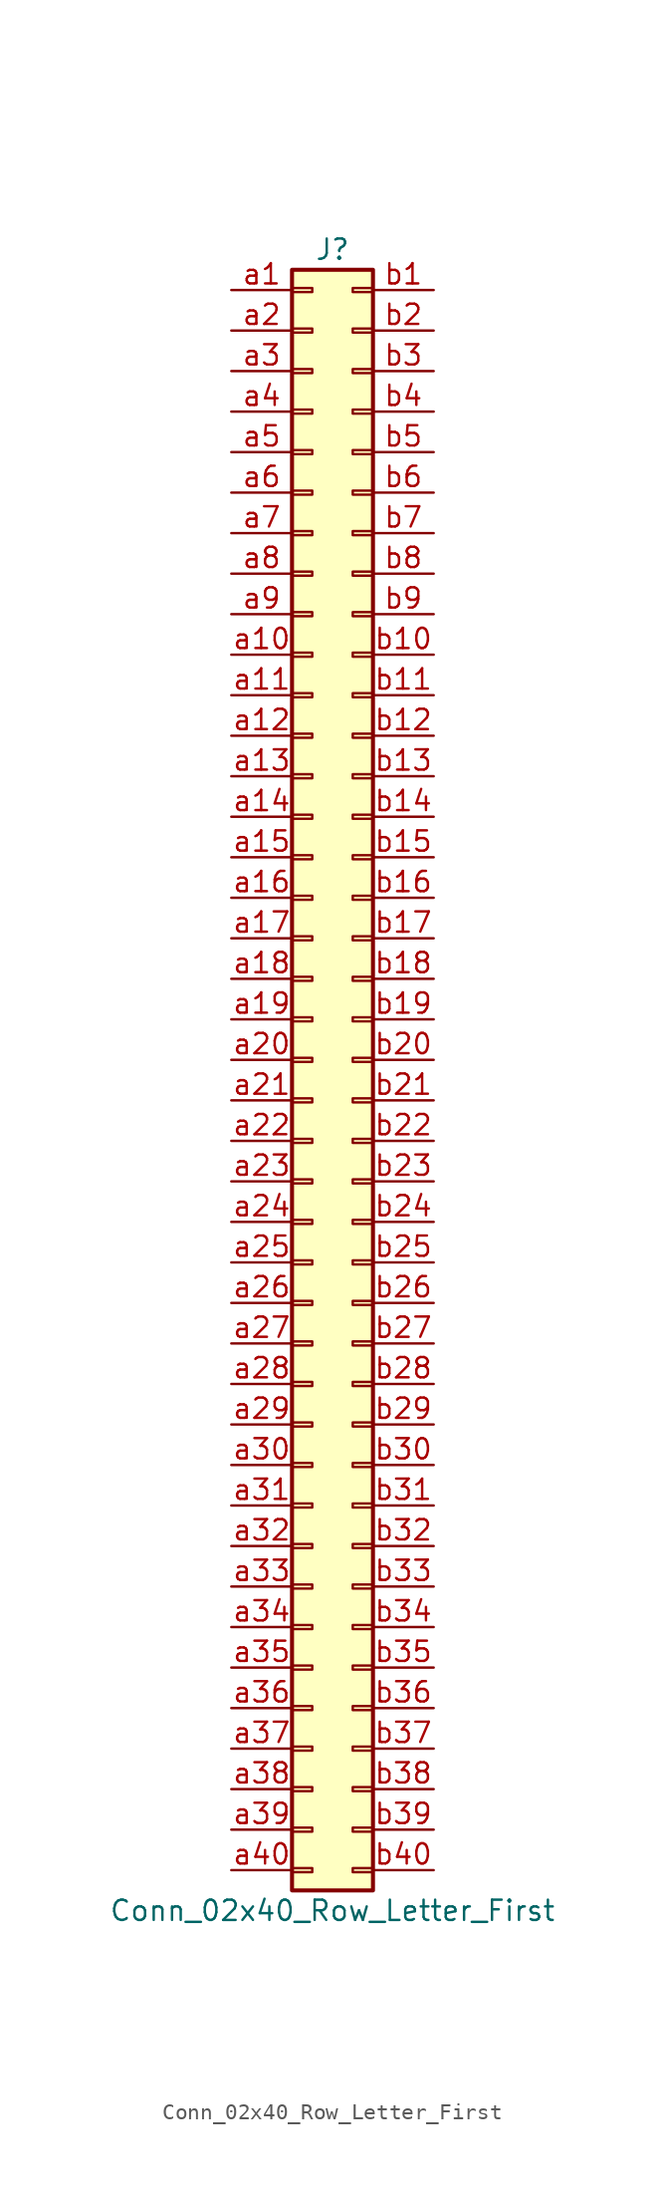
<source format=kicad_sym>
(kicad_symbol_lib
  (version 20220914)
  (generator kicad_symbol_editor)
  (symbol "Conn_02x40_Row_Letter_First"
    (pin_names
      (offset 1.016) hide)
    (property "Reference" "J"
      (at 1.27 50.8 0)
      (effects (font (size 1.27 1.27))))
    (property "Value" "Conn_02x40_Row_Letter_First"
      (at 1.27 -53.34 0)
      (effects (font (size 1.27 1.27))))
    (symbol "Conn_02x40_Row_Letter_First_1_1"
      (rectangle (start -1.27 -50.673) (end 0 -50.927) (stroke (width 0.152) (type solid)) (fill (type none)))
      (rectangle (start -1.27 -48.133) (end 0 -48.387) (stroke (width 0.152) (type solid)) (fill (type none)))
      (rectangle (start -1.27 -45.593) (end 0 -45.847) (stroke (width 0.152) (type solid)) (fill (type none)))
      (rectangle (start -1.27 -43.053) (end 0 -43.307) (stroke (width 0.152) (type solid)) (fill (type none)))
      (rectangle (start -1.27 -40.513) (end 0 -40.767) (stroke (width 0.152) (type solid)) (fill (type none)))
      (rectangle (start -1.27 -37.973) (end 0 -38.227) (stroke (width 0.152) (type solid)) (fill (type none)))
      (rectangle (start -1.27 -35.433) (end 0 -35.687) (stroke (width 0.152) (type solid)) (fill (type none)))
      (rectangle (start -1.27 -32.893) (end 0 -33.147) (stroke (width 0.152) (type solid)) (fill (type none)))
      (rectangle (start -1.27 -30.353) (end 0 -30.607) (stroke (width 0.152) (type solid)) (fill (type none)))
      (rectangle (start -1.27 -27.813) (end 0 -28.067) (stroke (width 0.152) (type solid)) (fill (type none)))
      (rectangle (start -1.27 -25.273) (end 0 -25.527) (stroke (width 0.152) (type solid)) (fill (type none)))
      (rectangle (start -1.27 -22.733) (end 0 -22.987) (stroke (width 0.152) (type solid)) (fill (type none)))
      (rectangle (start -1.27 -20.193) (end 0 -20.447) (stroke (width 0.152) (type solid)) (fill (type none)))
      (rectangle (start -1.27 -17.653) (end 0 -17.907) (stroke (width 0.152) (type solid)) (fill (type none)))
      (rectangle (start -1.27 -15.113) (end 0 -15.367) (stroke (width 0.152) (type solid)) (fill (type none)))
      (rectangle (start -1.27 -12.573) (end 0 -12.827) (stroke (width 0.152) (type solid)) (fill (type none)))
      (rectangle (start -1.27 -10.033) (end 0 -10.287) (stroke (width 0.152) (type solid)) (fill (type none)))
      (rectangle (start -1.27 -7.493) (end 0 -7.747) (stroke (width 0.152) (type solid)) (fill (type none)))
      (rectangle (start -1.27 -4.953) (end 0 -5.207) (stroke (width 0.152) (type solid)) (fill (type none)))
      (rectangle (start -1.27 -2.413) (end 0 -2.667) (stroke (width 0.152) (type solid)) (fill (type none)))
      (rectangle (start -1.27 0.127) (end 0 -0.127) (stroke (width 0.152) (type solid)) (fill (type none)))
      (rectangle (start -1.27 2.667) (end 0 2.413) (stroke (width 0.152) (type solid)) (fill (type none)))
      (rectangle (start -1.27 5.207) (end 0 4.953) (stroke (width 0.152) (type solid)) (fill (type none)))
      (rectangle (start -1.27 7.747) (end 0 7.493) (stroke (width 0.152) (type solid)) (fill (type none)))
      (rectangle (start -1.27 10.287) (end 0 10.033) (stroke (width 0.152) (type solid)) (fill (type none)))
      (rectangle (start -1.27 12.827) (end 0 12.573) (stroke (width 0.152) (type solid)) (fill (type none)))
      (rectangle (start -1.27 15.367) (end 0 15.113) (stroke (width 0.152) (type solid)) (fill (type none)))
      (rectangle (start -1.27 17.907) (end 0 17.653) (stroke (width 0.152) (type solid)) (fill (type none)))
      (rectangle (start -1.27 20.447) (end 0 20.193) (stroke (width 0.152) (type solid)) (fill (type none)))
      (rectangle (start -1.27 22.987) (end 0 22.733) (stroke (width 0.152) (type solid)) (fill (type none)))
      (rectangle (start -1.27 25.527) (end 0 25.273) (stroke (width 0.152) (type solid)) (fill (type none)))
      (rectangle (start -1.27 28.067) (end 0 27.813) (stroke (width 0.152) (type solid)) (fill (type none)))
      (rectangle (start -1.27 30.607) (end 0 30.353) (stroke (width 0.152) (type solid)) (fill (type none)))
      (rectangle (start -1.27 33.147) (end 0 32.893) (stroke (width 0.152) (type solid)) (fill (type none)))
      (rectangle (start -1.27 35.687) (end 0 35.433) (stroke (width 0.152) (type solid)) (fill (type none)))
      (rectangle (start -1.27 38.227) (end 0 37.973) (stroke (width 0.152) (type solid)) (fill (type none)))
      (rectangle (start -1.27 40.767) (end 0 40.513) (stroke (width 0.152) (type solid)) (fill (type none)))
      (rectangle (start -1.27 43.307) (end 0 43.053) (stroke (width 0.152) (type solid)) (fill (type none)))
      (rectangle (start -1.27 45.847) (end 0 45.593) (stroke (width 0.152) (type solid)) (fill (type none)))
      (rectangle (start -1.27 48.387) (end 0 48.133) (stroke (width 0.152) (type solid)) (fill (type none)))
      (rectangle (start -1.27 49.53) (end 3.81 -52.07) (stroke (width 0.254) (type solid)) (fill (type background)))
      (rectangle (start 3.81 -50.673) (end 2.54 -50.927) (stroke (width 0.152) (type solid)) (fill (type none)))
      (rectangle (start 3.81 -48.133) (end 2.54 -48.387) (stroke (width 0.152) (type solid)) (fill (type none)))
      (rectangle (start 3.81 -45.593) (end 2.54 -45.847) (stroke (width 0.152) (type solid)) (fill (type none)))
      (rectangle (start 3.81 -43.053) (end 2.54 -43.307) (stroke (width 0.152) (type solid)) (fill (type none)))
      (rectangle (start 3.81 -40.513) (end 2.54 -40.767) (stroke (width 0.152) (type solid)) (fill (type none)))
      (rectangle (start 3.81 -37.973) (end 2.54 -38.227) (stroke (width 0.152) (type solid)) (fill (type none)))
      (rectangle (start 3.81 -35.433) (end 2.54 -35.687) (stroke (width 0.152) (type solid)) (fill (type none)))
      (rectangle (start 3.81 -32.893) (end 2.54 -33.147) (stroke (width 0.152) (type solid)) (fill (type none)))
      (rectangle (start 3.81 -30.353) (end 2.54 -30.607) (stroke (width 0.152) (type solid)) (fill (type none)))
      (rectangle (start 3.81 -27.813) (end 2.54 -28.067) (stroke (width 0.152) (type solid)) (fill (type none)))
      (rectangle (start 3.81 -25.273) (end 2.54 -25.527) (stroke (width 0.152) (type solid)) (fill (type none)))
      (rectangle (start 3.81 -22.733) (end 2.54 -22.987) (stroke (width 0.152) (type solid)) (fill (type none)))
      (rectangle (start 3.81 -20.193) (end 2.54 -20.447) (stroke (width 0.152) (type solid)) (fill (type none)))
      (rectangle (start 3.81 -17.653) (end 2.54 -17.907) (stroke (width 0.152) (type solid)) (fill (type none)))
      (rectangle (start 3.81 -15.113) (end 2.54 -15.367) (stroke (width 0.152) (type solid)) (fill (type none)))
      (rectangle (start 3.81 -12.573) (end 2.54 -12.827) (stroke (width 0.152) (type solid)) (fill (type none)))
      (rectangle (start 3.81 -10.033) (end 2.54 -10.287) (stroke (width 0.152) (type solid)) (fill (type none)))
      (rectangle (start 3.81 -7.493) (end 2.54 -7.747) (stroke (width 0.152) (type solid)) (fill (type none)))
      (rectangle (start 3.81 -4.953) (end 2.54 -5.207) (stroke (width 0.152) (type solid)) (fill (type none)))
      (rectangle (start 3.81 -2.413) (end 2.54 -2.667) (stroke (width 0.152) (type solid)) (fill (type none)))
      (rectangle (start 3.81 0.127) (end 2.54 -0.127) (stroke (width 0.152) (type solid)) (fill (type none)))
      (rectangle (start 3.81 2.667) (end 2.54 2.413) (stroke (width 0.152) (type solid)) (fill (type none)))
      (rectangle (start 3.81 5.207) (end 2.54 4.953) (stroke (width 0.152) (type solid)) (fill (type none)))
      (rectangle (start 3.81 7.747) (end 2.54 7.493) (stroke (width 0.152) (type solid)) (fill (type none)))
      (rectangle (start 3.81 10.287) (end 2.54 10.033) (stroke (width 0.152) (type solid)) (fill (type none)))
      (rectangle (start 3.81 12.827) (end 2.54 12.573) (stroke (width 0.152) (type solid)) (fill (type none)))
      (rectangle (start 3.81 15.367) (end 2.54 15.113) (stroke (width 0.152) (type solid)) (fill (type none)))
      (rectangle (start 3.81 17.907) (end 2.54 17.653) (stroke (width 0.152) (type solid)) (fill (type none)))
      (rectangle (start 3.81 20.447) (end 2.54 20.193) (stroke (width 0.152) (type solid)) (fill (type none)))
      (rectangle (start 3.81 22.987) (end 2.54 22.733) (stroke (width 0.152) (type solid)) (fill (type none)))
      (rectangle (start 3.81 25.527) (end 2.54 25.273) (stroke (width 0.152) (type solid)) (fill (type none)))
      (rectangle (start 3.81 28.067) (end 2.54 27.813) (stroke (width 0.152) (type solid)) (fill (type none)))
      (rectangle (start 3.81 30.607) (end 2.54 30.353) (stroke (width 0.152) (type solid)) (fill (type none)))
      (rectangle (start 3.81 33.147) (end 2.54 32.893) (stroke (width 0.152) (type solid)) (fill (type none)))
      (rectangle (start 3.81 35.687) (end 2.54 35.433) (stroke (width 0.152) (type solid)) (fill (type none)))
      (rectangle (start 3.81 38.227) (end 2.54 37.973) (stroke (width 0.152) (type solid)) (fill (type none)))
      (rectangle (start 3.81 40.767) (end 2.54 40.513) (stroke (width 0.152) (type solid)) (fill (type none)))
      (rectangle (start 3.81 43.307) (end 2.54 43.053) (stroke (width 0.152) (type solid)) (fill (type none)))
      (rectangle (start 3.81 45.847) (end 2.54 45.593) (stroke (width 0.152) (type solid)) (fill (type none)))
      (rectangle (start 3.81 48.387) (end 2.54 48.133) (stroke (width 0.152) (type solid)) (fill (type none)))
      (pin passive line (at -5.08 48.26 0) (length 3.81) (name "Pin_a1" (effects (font (size 1.27 1.27)))) (number "a1" (effects (font (size 1.27 1.27)))))
      (pin passive line (at -5.08 25.4 0) (length 3.81) (name "Pin_a10" (effects (font (size 1.27 1.27)))) (number "a10" (effects (font (size 1.27 1.27)))))
      (pin passive line (at -5.08 22.86 0) (length 3.81) (name "Pin_a11" (effects (font (size 1.27 1.27)))) (number "a11" (effects (font (size 1.27 1.27)))))
      (pin passive line (at -5.08 20.32 0) (length 3.81) (name "Pin_a12" (effects (font (size 1.27 1.27)))) (number "a12" (effects (font (size 1.27 1.27)))))
      (pin passive line (at -5.08 17.78 0) (length 3.81) (name "Pin_a13" (effects (font (size 1.27 1.27)))) (number "a13" (effects (font (size 1.27 1.27)))))
      (pin passive line (at -5.08 15.24 0) (length 3.81) (name "Pin_a14" (effects (font (size 1.27 1.27)))) (number "a14" (effects (font (size 1.27 1.27)))))
      (pin passive line (at -5.08 12.7 0) (length 3.81) (name "Pin_a15" (effects (font (size 1.27 1.27)))) (number "a15" (effects (font (size 1.27 1.27)))))
      (pin passive line (at -5.08 10.16 0) (length 3.81) (name "Pin_a16" (effects (font (size 1.27 1.27)))) (number "a16" (effects (font (size 1.27 1.27)))))
      (pin passive line (at -5.08 7.62 0) (length 3.81) (name "Pin_a17" (effects (font (size 1.27 1.27)))) (number "a17" (effects (font (size 1.27 1.27)))))
      (pin passive line (at -5.08 5.08 0) (length 3.81) (name "Pin_a18" (effects (font (size 1.27 1.27)))) (number "a18" (effects (font (size 1.27 1.27)))))
      (pin passive line (at -5.08 2.54 0) (length 3.81) (name "Pin_a19" (effects (font (size 1.27 1.27)))) (number "a19" (effects (font (size 1.27 1.27)))))
      (pin passive line (at -5.08 45.72 0) (length 3.81) (name "Pin_a2" (effects (font (size 1.27 1.27)))) (number "a2" (effects (font (size 1.27 1.27)))))
      (pin passive line (at -5.08 0 0) (length 3.81) (name "Pin_a20" (effects (font (size 1.27 1.27)))) (number "a20" (effects (font (size 1.27 1.27)))))
      (pin passive line (at -5.08 -2.54 0) (length 3.81) (name "Pin_a21" (effects (font (size 1.27 1.27)))) (number "a21" (effects (font (size 1.27 1.27)))))
      (pin passive line (at -5.08 -5.08 0) (length 3.81) (name "Pin_a22" (effects (font (size 1.27 1.27)))) (number "a22" (effects (font (size 1.27 1.27)))))
      (pin passive line (at -5.08 -7.62 0) (length 3.81) (name "Pin_a23" (effects (font (size 1.27 1.27)))) (number "a23" (effects (font (size 1.27 1.27)))))
      (pin passive line (at -5.08 -10.16 0) (length 3.81) (name "Pin_a24" (effects (font (size 1.27 1.27)))) (number "a24" (effects (font (size 1.27 1.27)))))
      (pin passive line (at -5.08 -12.7 0) (length 3.81) (name "Pin_a25" (effects (font (size 1.27 1.27)))) (number "a25" (effects (font (size 1.27 1.27)))))
      (pin passive line (at -5.08 -15.24 0) (length 3.81) (name "Pin_a26" (effects (font (size 1.27 1.27)))) (number "a26" (effects (font (size 1.27 1.27)))))
      (pin passive line (at -5.08 -17.78 0) (length 3.81) (name "Pin_a27" (effects (font (size 1.27 1.27)))) (number "a27" (effects (font (size 1.27 1.27)))))
      (pin passive line (at -5.08 -20.32 0) (length 3.81) (name "Pin_a28" (effects (font (size 1.27 1.27)))) (number "a28" (effects (font (size 1.27 1.27)))))
      (pin passive line (at -5.08 -22.86 0) (length 3.81) (name "Pin_a29" (effects (font (size 1.27 1.27)))) (number "a29" (effects (font (size 1.27 1.27)))))
      (pin passive line (at -5.08 43.18 0) (length 3.81) (name "Pin_a3" (effects (font (size 1.27 1.27)))) (number "a3" (effects (font (size 1.27 1.27)))))
      (pin passive line (at -5.08 -25.4 0) (length 3.81) (name "Pin_a30" (effects (font (size 1.27 1.27)))) (number "a30" (effects (font (size 1.27 1.27)))))
      (pin passive line (at -5.08 -27.94 0) (length 3.81) (name "Pin_a31" (effects (font (size 1.27 1.27)))) (number "a31" (effects (font (size 1.27 1.27)))))
      (pin passive line (at -5.08 -30.48 0) (length 3.81) (name "Pin_a32" (effects (font (size 1.27 1.27)))) (number "a32" (effects (font (size 1.27 1.27)))))
      (pin passive line (at -5.08 -33.02 0) (length 3.81) (name "Pin_a33" (effects (font (size 1.27 1.27)))) (number "a33" (effects (font (size 1.27 1.27)))))
      (pin passive line (at -5.08 -35.56 0) (length 3.81) (name "Pin_a34" (effects (font (size 1.27 1.27)))) (number "a34" (effects (font (size 1.27 1.27)))))
      (pin passive line (at -5.08 -38.1 0) (length 3.81) (name "Pin_a35" (effects (font (size 1.27 1.27)))) (number "a35" (effects (font (size 1.27 1.27)))))
      (pin passive line (at -5.08 -40.64 0) (length 3.81) (name "Pin_a36" (effects (font (size 1.27 1.27)))) (number "a36" (effects (font (size 1.27 1.27)))))
      (pin passive line (at -5.08 -43.18 0) (length 3.81) (name "Pin_a37" (effects (font (size 1.27 1.27)))) (number "a37" (effects (font (size 1.27 1.27)))))
      (pin passive line (at -5.08 -45.72 0) (length 3.81) (name "Pin_a38" (effects (font (size 1.27 1.27)))) (number "a38" (effects (font (size 1.27 1.27)))))
      (pin passive line (at -5.08 -48.26 0) (length 3.81) (name "Pin_a39" (effects (font (size 1.27 1.27)))) (number "a39" (effects (font (size 1.27 1.27)))))
      (pin passive line (at -5.08 40.64 0) (length 3.81) (name "Pin_a4" (effects (font (size 1.27 1.27)))) (number "a4" (effects (font (size 1.27 1.27)))))
      (pin passive line (at -5.08 -50.8 0) (length 3.81) (name "Pin_a40" (effects (font (size 1.27 1.27)))) (number "a40" (effects (font (size 1.27 1.27)))))
      (pin passive line (at -5.08 38.1 0) (length 3.81) (name "Pin_a5" (effects (font (size 1.27 1.27)))) (number "a5" (effects (font (size 1.27 1.27)))))
      (pin passive line (at -5.08 35.56 0) (length 3.81) (name "Pin_a6" (effects (font (size 1.27 1.27)))) (number "a6" (effects (font (size 1.27 1.27)))))
      (pin passive line (at -5.08 33.02 0) (length 3.81) (name "Pin_a7" (effects (font (size 1.27 1.27)))) (number "a7" (effects (font (size 1.27 1.27)))))
      (pin passive line (at -5.08 30.48 0) (length 3.81) (name "Pin_a8" (effects (font (size 1.27 1.27)))) (number "a8" (effects (font (size 1.27 1.27)))))
      (pin passive line (at -5.08 27.94 0) (length 3.81) (name "Pin_a9" (effects (font (size 1.27 1.27)))) (number "a9" (effects (font (size 1.27 1.27)))))
      (pin passive line (at 7.62 48.26 180) (length 3.81) (name "Pin_b1" (effects (font (size 1.27 1.27)))) (number "b1" (effects (font (size 1.27 1.27)))))
      (pin passive line (at 7.62 25.4 180) (length 3.81) (name "Pin_b10" (effects (font (size 1.27 1.27)))) (number "b10" (effects (font (size 1.27 1.27)))))
      (pin passive line (at 7.62 22.86 180) (length 3.81) (name "Pin_b11" (effects (font (size 1.27 1.27)))) (number "b11" (effects (font (size 1.27 1.27)))))
      (pin passive line (at 7.62 20.32 180) (length 3.81) (name "Pin_b12" (effects (font (size 1.27 1.27)))) (number "b12" (effects (font (size 1.27 1.27)))))
      (pin passive line (at 7.62 17.78 180) (length 3.81) (name "Pin_b13" (effects (font (size 1.27 1.27)))) (number "b13" (effects (font (size 1.27 1.27)))))
      (pin passive line (at 7.62 15.24 180) (length 3.81) (name "Pin_b14" (effects (font (size 1.27 1.27)))) (number "b14" (effects (font (size 1.27 1.27)))))
      (pin passive line (at 7.62 12.7 180) (length 3.81) (name "Pin_b15" (effects (font (size 1.27 1.27)))) (number "b15" (effects (font (size 1.27 1.27)))))
      (pin passive line (at 7.62 10.16 180) (length 3.81) (name "Pin_b16" (effects (font (size 1.27 1.27)))) (number "b16" (effects (font (size 1.27 1.27)))))
      (pin passive line (at 7.62 7.62 180) (length 3.81) (name "Pin_b17" (effects (font (size 1.27 1.27)))) (number "b17" (effects (font (size 1.27 1.27)))))
      (pin passive line (at 7.62 5.08 180) (length 3.81) (name "Pin_b18" (effects (font (size 1.27 1.27)))) (number "b18" (effects (font (size 1.27 1.27)))))
      (pin passive line (at 7.62 2.54 180) (length 3.81) (name "Pin_b19" (effects (font (size 1.27 1.27)))) (number "b19" (effects (font (size 1.27 1.27)))))
      (pin passive line (at 7.62 45.72 180) (length 3.81) (name "Pin_b2" (effects (font (size 1.27 1.27)))) (number "b2" (effects (font (size 1.27 1.27)))))
      (pin passive line (at 7.62 0 180) (length 3.81) (name "Pin_b20" (effects (font (size 1.27 1.27)))) (number "b20" (effects (font (size 1.27 1.27)))))
      (pin passive line (at 7.62 -2.54 180) (length 3.81) (name "Pin_b21" (effects (font (size 1.27 1.27)))) (number "b21" (effects (font (size 1.27 1.27)))))
      (pin passive line (at 7.62 -5.08 180) (length 3.81) (name "Pin_b22" (effects (font (size 1.27 1.27)))) (number "b22" (effects (font (size 1.27 1.27)))))
      (pin passive line (at 7.62 -7.62 180) (length 3.81) (name "Pin_b23" (effects (font (size 1.27 1.27)))) (number "b23" (effects (font (size 1.27 1.27)))))
      (pin passive line (at 7.62 -10.16 180) (length 3.81) (name "Pin_b24" (effects (font (size 1.27 1.27)))) (number "b24" (effects (font (size 1.27 1.27)))))
      (pin passive line (at 7.62 -12.7 180) (length 3.81) (name "Pin_b25" (effects (font (size 1.27 1.27)))) (number "b25" (effects (font (size 1.27 1.27)))))
      (pin passive line (at 7.62 -15.24 180) (length 3.81) (name "Pin_b26" (effects (font (size 1.27 1.27)))) (number "b26" (effects (font (size 1.27 1.27)))))
      (pin passive line (at 7.62 -17.78 180) (length 3.81) (name "Pin_b27" (effects (font (size 1.27 1.27)))) (number "b27" (effects (font (size 1.27 1.27)))))
      (pin passive line (at 7.62 -20.32 180) (length 3.81) (name "Pin_b28" (effects (font (size 1.27 1.27)))) (number "b28" (effects (font (size 1.27 1.27)))))
      (pin passive line (at 7.62 -22.86 180) (length 3.81) (name "Pin_b29" (effects (font (size 1.27 1.27)))) (number "b29" (effects (font (size 1.27 1.27)))))
      (pin passive line (at 7.62 43.18 180) (length 3.81) (name "Pin_b3" (effects (font (size 1.27 1.27)))) (number "b3" (effects (font (size 1.27 1.27)))))
      (pin passive line (at 7.62 -25.4 180) (length 3.81) (name "Pin_b30" (effects (font (size 1.27 1.27)))) (number "b30" (effects (font (size 1.27 1.27)))))
      (pin passive line (at 7.62 -27.94 180) (length 3.81) (name "Pin_b31" (effects (font (size 1.27 1.27)))) (number "b31" (effects (font (size 1.27 1.27)))))
      (pin passive line (at 7.62 -30.48 180) (length 3.81) (name "Pin_b32" (effects (font (size 1.27 1.27)))) (number "b32" (effects (font (size 1.27 1.27)))))
      (pin passive line (at 7.62 -33.02 180) (length 3.81) (name "Pin_b33" (effects (font (size 1.27 1.27)))) (number "b33" (effects (font (size 1.27 1.27)))))
      (pin passive line (at 7.62 -35.56 180) (length 3.81) (name "Pin_b34" (effects (font (size 1.27 1.27)))) (number "b34" (effects (font (size 1.27 1.27)))))
      (pin passive line (at 7.62 -38.1 180) (length 3.81) (name "Pin_b35" (effects (font (size 1.27 1.27)))) (number "b35" (effects (font (size 1.27 1.27)))))
      (pin passive line (at 7.62 -40.64 180) (length 3.81) (name "Pin_b36" (effects (font (size 1.27 1.27)))) (number "b36" (effects (font (size 1.27 1.27)))))
      (pin passive line (at 7.62 -43.18 180) (length 3.81) (name "Pin_b37" (effects (font (size 1.27 1.27)))) (number "b37" (effects (font (size 1.27 1.27)))))
      (pin passive line (at 7.62 -45.72 180) (length 3.81) (name "Pin_b38" (effects (font (size 1.27 1.27)))) (number "b38" (effects (font (size 1.27 1.27)))))
      (pin passive line (at 7.62 -48.26 180) (length 3.81) (name "Pin_b39" (effects (font (size 1.27 1.27)))) (number "b39" (effects (font (size 1.27 1.27)))))
      (pin passive line (at 7.62 40.64 180) (length 3.81) (name "Pin_b4" (effects (font (size 1.27 1.27)))) (number "b4" (effects (font (size 1.27 1.27)))))
      (pin passive line (at 7.62 -50.8 180) (length 3.81) (name "Pin_b40" (effects (font (size 1.27 1.27)))) (number "b40" (effects (font (size 1.27 1.27)))))
      (pin passive line (at 7.62 38.1 180) (length 3.81) (name "Pin_b5" (effects (font (size 1.27 1.27)))) (number "b5" (effects (font (size 1.27 1.27)))))
      (pin passive line (at 7.62 35.56 180) (length 3.81) (name "Pin_b6" (effects (font (size 1.27 1.27)))) (number "b6" (effects (font (size 1.27 1.27)))))
      (pin passive line (at 7.62 33.02 180) (length 3.81) (name "Pin_b7" (effects (font (size 1.27 1.27)))) (number "b7" (effects (font (size 1.27 1.27)))))
      (pin passive line (at 7.62 30.48 180) (length 3.81) (name "Pin_b8" (effects (font (size 1.27 1.27)))) (number "b8" (effects (font (size 1.27 1.27)))))
      (pin passive line (at 7.62 27.94 180) (length 3.81) (name "Pin_b9" (effects (font (size 1.27 1.27)))) (number "b9" (effects (font (size 1.27 1.27))))))))
</source>
